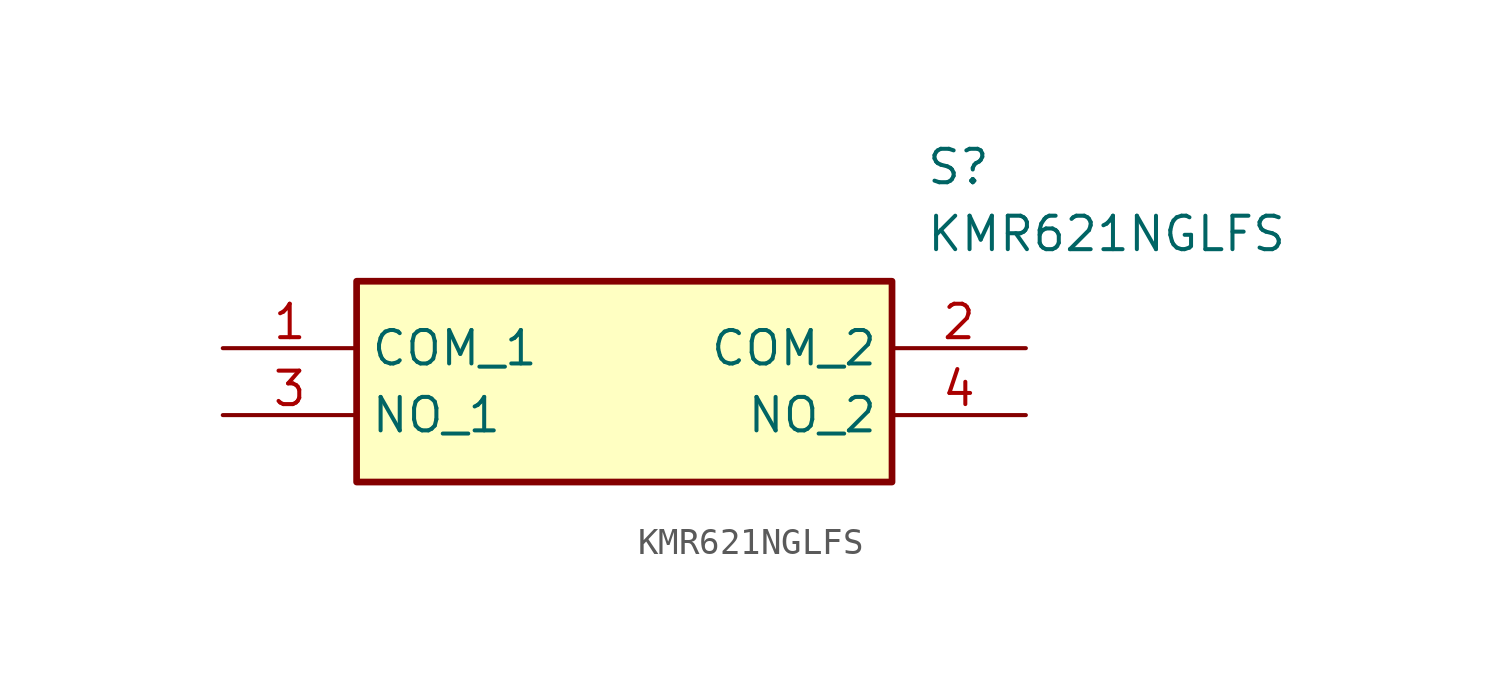
<source format=kicad_sym>
(kicad_symbol_lib
  (version 20211014)
  (generator SamacSys_ECAD_Model)
  (symbol "KMR621NGLFS"
    (property "Reference" "S"
      (at 26.67 7.62 0)
      (effects (font (size 1.27 1.27)) (justify left top)))
    (property "Value" "KMR621NGLFS"
      (at 26.67 5.08 0)
      (effects (font (size 1.27 1.27)) (justify left top)))
    (rectangle
      (start 5.08 2.54)
      (end 25.4 -5.08)
      (stroke (width 0.254) (type default))
      (fill (type background)))
    (pin passive line
      (at 0 0 0)
      (length 5.08)
      (name "COM_1" (effects (font (size 1.27 1.27))))
      (number "1" (effects (font (size 1.27 1.27)))))
    (pin passive line
      (at 30.48 0 180)
      (length 5.08)
      (name "COM_2" (effects (font (size 1.27 1.27))))
      (number "2" (effects (font (size 1.27 1.27)))))
    (pin passive line
      (at 0 -2.54 0)
      (length 5.08)
      (name "NO_1" (effects (font (size 1.27 1.27))))
      (number "3" (effects (font (size 1.27 1.27)))))
    (pin passive line
      (at 30.48 -2.54 180)
      (length 5.08)
      (name "NO_2" (effects (font (size 1.27 1.27))))
      (number "4" (effects (font (size 1.27 1.27)))))))
</source>
